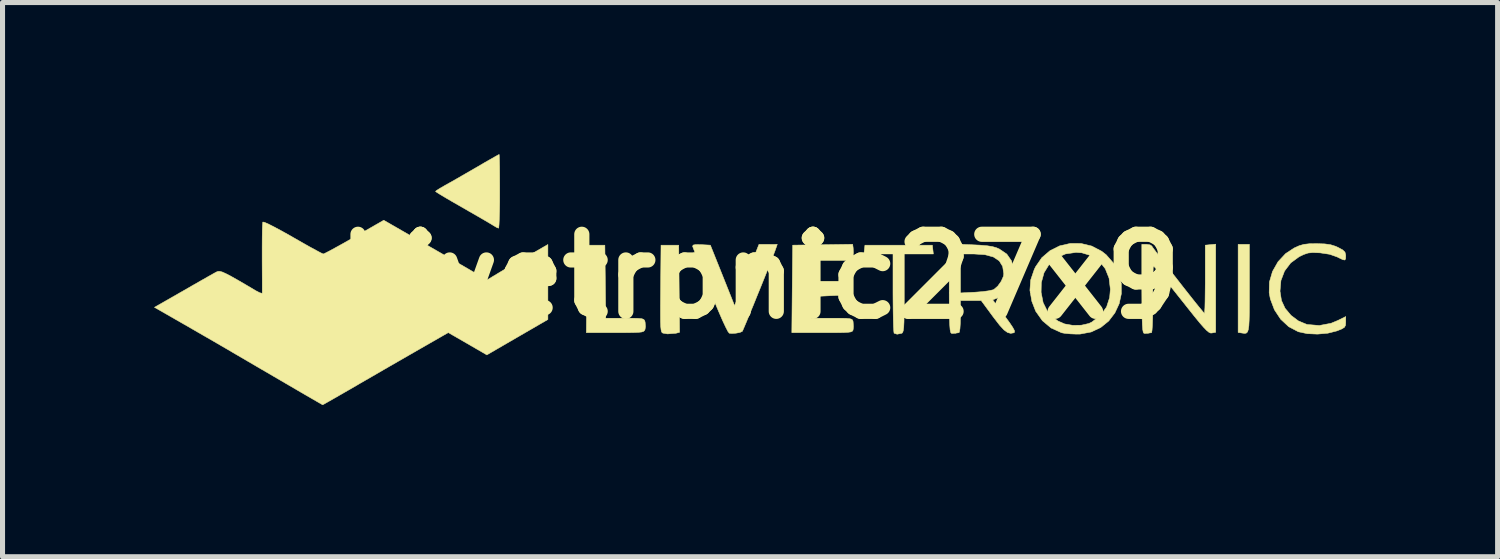
<source format=kicad_pcb>
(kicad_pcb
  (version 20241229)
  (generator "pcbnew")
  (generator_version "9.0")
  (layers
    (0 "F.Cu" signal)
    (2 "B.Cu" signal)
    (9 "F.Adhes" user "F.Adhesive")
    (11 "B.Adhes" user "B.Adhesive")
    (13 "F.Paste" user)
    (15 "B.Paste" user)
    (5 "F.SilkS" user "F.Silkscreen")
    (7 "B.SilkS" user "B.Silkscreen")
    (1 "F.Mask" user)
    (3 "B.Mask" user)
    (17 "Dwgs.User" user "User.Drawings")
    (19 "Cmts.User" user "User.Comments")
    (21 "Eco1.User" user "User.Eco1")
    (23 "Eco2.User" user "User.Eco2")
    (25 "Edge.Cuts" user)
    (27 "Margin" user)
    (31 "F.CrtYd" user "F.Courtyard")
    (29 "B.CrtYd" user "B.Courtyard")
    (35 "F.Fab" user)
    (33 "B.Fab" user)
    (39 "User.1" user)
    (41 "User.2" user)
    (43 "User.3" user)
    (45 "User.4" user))
  (footprint "Livetronic27x9"
    (layer "F.Cu")
    (at 11.977 2.418)
    (property "Reference" "Livetronic27x9" (at 0 0 0) (layer "F.SilkS") (effects (font (size 1.524 1.524) (thickness 0.3))))
    (attr through_hole)
    (fp_poly (pts (xy 9.684 0.235) (xy 9.684 0.498) (xy 9.683 0.705) (xy 9.679 0.862) (xy 9.673 0.975) (xy 9.662 1.051) (xy 9.646 1.097) (xy 9.622 1.12) (xy 9.592 1.126) (xy 9.552 1.121) (xy 9.533 1.118) (xy 9.461 1.107) (xy 9.461 -0.635) (xy 9.684 -0.635) (xy 9.684 0.235)) (stroke (width 0.01) (type solid)) (fill yes) (layer "F.SilkS"))
    (fp_poly (pts (xy -1.595 0.242) (xy -1.586 1.104) (xy -1.658 1.123) (xy -1.825 1.136) (xy -1.913 1.121) (xy -1.93 1.113) (xy -1.943 1.094) (xy -1.952 1.056) (xy -1.959 0.993) (xy -1.963 0.897) (xy -1.964 0.762) (xy -1.964 0.58) (xy -1.962 0.344) (xy -1.961 0.244) (xy -1.953 -0.619) (xy -1.603 -0.619) (xy -1.595 0.242)) (stroke (width 0.01) (type solid)) (fill yes) (layer "F.SilkS"))
    (fp_poly (pts (xy -3.055 0.103) (xy -3.047 0.826) (xy -2.667 0.826) (xy -2.507 0.826) (xy -2.399 0.829) (xy -2.332 0.836) (xy -2.295 0.85) (xy -2.277 0.872) (xy -2.268 0.903) (xy -2.261 0.991) (xy -2.269 1.045) (xy -2.28 1.069) (xy -2.299 1.086) (xy -2.336 1.098) (xy -2.401 1.105) (xy -2.502 1.109) (xy -2.648 1.111) (xy -2.848 1.111) (xy -2.86 1.111) (xy -3.43 1.111) (xy -3.422 0.246) (xy -3.413 -0.619) (xy -3.064 -0.619) (xy -3.055 0.103)) (stroke (width 0.01) (type solid)) (fill yes) (layer "F.SilkS"))
    (fp_poly (pts (xy 3.423 -0.532) (xy 3.433 -0.445) (xy 2.857 -0.445) (xy 2.857 0.33) (xy 2.857 0.574) (xy 2.855 0.763) (xy 2.852 0.902) (xy 2.847 1.001) (xy 2.839 1.065) (xy 2.828 1.102) (xy 2.814 1.12) (xy 2.807 1.124) (xy 2.716 1.142) (xy 2.656 1.122) (xy 2.651 1.085) (xy 2.645 0.995) (xy 2.641 0.858) (xy 2.638 0.685) (xy 2.636 0.484) (xy 2.635 0.328) (xy 2.635 -0.445) (xy 2.06 -0.445) (xy 2.07 -0.532) (xy 2.08 -0.619) (xy 3.413 -0.619) (xy 3.423 -0.532)) (stroke (width 0.01) (type solid)) (fill yes) (layer "F.SilkS"))
    (fp_poly (pts (xy 0.304 -0.516) (xy 0.276 -0.441) (xy 0.231 -0.324) (xy 0.172 -0.175) (xy 0.103 -0.002) (xy 0.028 0.184) (xy -0.05 0.375) (xy -0.125 0.561) (xy -0.196 0.732) (xy -0.257 0.88) (xy -0.305 0.994) (xy -0.336 1.066) (xy -0.346 1.086) (xy -0.393 1.107) (xy -0.473 1.122) (xy -0.557 1.127) (xy -0.603 1.122) (xy -0.629 1.089) (xy -0.674 1.002) (xy -0.738 0.866) (xy -0.816 0.686) (xy -0.907 0.468) (xy -0.984 0.277) (xy -1.071 0.06) (xy -1.15 -0.139) (xy -1.218 -0.312) (xy -1.273 -0.451) (xy -1.31 -0.548) (xy -1.328 -0.595) (xy -1.328 -0.597) (xy -1.318 -0.621) (xy -1.265 -0.631) (xy -1.16 -0.629) (xy -1.158 -0.629) (xy -0.977 -0.619) (xy -0.737 -0.02) (xy -0.498 0.579) (xy -0.016 -0.634) (xy 0.346 -0.635) (xy 0.304 -0.516)) (stroke (width 0.01) (type solid)) (fill yes) (layer "F.SilkS"))
    (fp_poly (pts (xy -5.152 -2.383) (xy -5.149 -2.298) (xy -5.146 -2.167) (xy -5.145 -2) (xy -5.144 -1.804) (xy -5.144 -1.683) (xy -5.144 -1.475) (xy -5.147 -1.291) (xy -5.152 -1.138) (xy -5.157 -1.027) (xy -5.163 -0.965) (xy -5.167 -0.955) (xy -5.208 -0.972) (xy -5.275 -1.012) (xy -5.286 -1.019) (xy -5.344 -1.054) (xy -5.446 -1.114) (xy -5.582 -1.193) (xy -5.741 -1.284) (xy -5.897 -1.374) (xy -6.059 -1.467) (xy -6.2 -1.549) (xy -6.312 -1.616) (xy -6.386 -1.662) (xy -6.413 -1.683) (xy -6.413 -1.683) (xy -6.387 -1.705) (xy -6.319 -1.747) (xy -6.224 -1.802) (xy -6.215 -1.807) (xy -6.115 -1.863) (xy -5.976 -1.942) (xy -5.815 -2.035) (xy -5.647 -2.132) (xy -5.591 -2.164) (xy -5.445 -2.25) (xy -5.318 -2.322) (xy -5.222 -2.377) (xy -5.166 -2.408) (xy -5.155 -2.413) (xy -5.152 -2.383)) (stroke (width 0.01) (type solid)) (fill yes) (layer "F.SilkS"))
    (fp_poly (pts (xy 1.847 -0.564) (xy 1.851 -0.476) (xy 1.846 -0.405) (xy 1.834 -0.318) (xy 1.016 -0.318) (xy 1.016 0.095) (xy 1.782 0.095) (xy 1.772 0.23) (xy 1.762 0.365) (xy 1.381 0.381) (xy 1.219 0.389) (xy 1.111 0.397) (xy 1.045 0.408) (xy 1.013 0.423) (xy 1.004 0.445) (xy 1.004 0.452) (xy 1.007 0.516) (xy 1.011 0.614) (xy 1.012 0.667) (xy 1.016 0.826) (xy 1.425 0.826) (xy 1.593 0.826) (xy 1.707 0.828) (xy 1.779 0.835) (xy 1.819 0.847) (xy 1.838 0.866) (xy 1.846 0.895) (xy 1.846 0.897) (xy 1.852 0.99) (xy 1.848 1.04) (xy 1.843 1.065) (xy 1.83 1.083) (xy 1.801 1.096) (xy 1.747 1.104) (xy 1.659 1.109) (xy 1.53 1.111) (xy 1.35 1.111) (xy 1.236 1.111) (xy 0.634 1.111) (xy 0.642 0.246) (xy 0.651 -0.619) (xy 1.244 -0.628) (xy 1.837 -0.636) (xy 1.847 -0.564)) (stroke (width 0.01) (type solid)) (fill yes) (layer "F.SilkS"))
    (fp_poly (pts (xy 6.355 -0.652) (xy 6.566 -0.601) (xy 6.763 -0.498) (xy 6.851 -0.429) (xy 7.003 -0.255) (xy 7.102 -0.063) (xy 7.15 0.138) (xy 7.151 0.342) (xy 7.108 0.539) (xy 7.023 0.721) (xy 6.901 0.881) (xy 6.743 1.009) (xy 6.554 1.098) (xy 6.336 1.139) (xy 6.265 1.14) (xy 6.141 1.135) (xy 6.033 1.125) (xy 5.969 1.113) (xy 5.762 1.019) (xy 5.589 0.874) (xy 5.457 0.687) (xy 5.381 0.492) (xy 5.35 0.313) (xy 5.564 0.313) (xy 5.604 0.518) (xy 5.686 0.683) (xy 5.819 0.822) (xy 5.898 0.881) (xy 6.03 0.939) (xy 6.192 0.967) (xy 6.359 0.964) (xy 6.509 0.93) (xy 6.572 0.899) (xy 6.744 0.763) (xy 6.859 0.604) (xy 6.92 0.416) (xy 6.934 0.252) (xy 6.908 0.033) (xy 6.833 -0.154) (xy 6.715 -0.304) (xy 6.558 -0.411) (xy 6.369 -0.468) (xy 6.255 -0.476) (xy 6.046 -0.446) (xy 5.867 -0.365) (xy 5.723 -0.239) (xy 5.622 -0.074) (xy 5.568 0.122) (xy 5.564 0.313) (xy 5.35 0.313) (xy 5.343 0.273) (xy 5.358 0.07) (xy 5.428 -0.136) (xy 5.453 -0.189) (xy 5.579 -0.372) (xy 5.742 -0.511) (xy 5.933 -0.606) (xy 6.141 -0.653) (xy 6.355 -0.652)) (stroke (width 0.01) (type solid)) (fill yes) (layer "F.SilkS"))
    (fp_poly (pts (xy 11.017 -0.649) (xy 11.173 -0.644) (xy 11.289 -0.628) (xy 11.388 -0.597) (xy 11.438 -0.574) (xy 11.529 -0.525) (xy 11.574 -0.481) (xy 11.588 -0.427) (xy 11.589 -0.409) (xy 11.587 -0.35) (xy 11.571 -0.325) (xy 11.53 -0.333) (xy 11.448 -0.372) (xy 11.421 -0.386) (xy 11.27 -0.439) (xy 11.078 -0.468) (xy 11.065 -0.468) (xy 10.937 -0.473) (xy 10.845 -0.464) (xy 10.759 -0.435) (xy 10.668 -0.391) (xy 10.5 -0.268) (xy 10.379 -0.108) (xy 10.307 0.081) (xy 10.289 0.291) (xy 10.318 0.476) (xy 10.389 0.629) (xy 10.506 0.769) (xy 10.654 0.88) (xy 10.816 0.947) (xy 10.829 0.95) (xy 11.066 0.97) (xy 11.299 0.926) (xy 11.438 0.868) (xy 11.589 0.793) (xy 11.589 0.902) (xy 11.585 0.965) (xy 11.563 1.006) (xy 11.508 1.039) (xy 11.413 1.077) (xy 11.235 1.122) (xy 11.031 1.14) (xy 10.828 1.131) (xy 10.654 1.094) (xy 10.647 1.091) (xy 10.461 0.993) (xy 10.302 0.845) (xy 10.179 0.659) (xy 10.098 0.445) (xy 10.075 0.321) (xy 10.08 0.109) (xy 10.141 -0.099) (xy 10.25 -0.291) (xy 10.4 -0.452) (xy 10.569 -0.563) (xy 10.671 -0.609) (xy 10.763 -0.635) (xy 10.869 -0.647) (xy 11.015 -0.649) (xy 11.017 -0.649)) (stroke (width 0.01) (type solid)) (fill yes) (layer "F.SilkS"))
    (fp_poly (pts (xy 4.172 -0.628) (xy 4.361 -0.619) (xy 4.499 -0.607) (xy 4.601 -0.591) (xy 4.681 -0.568) (xy 4.736 -0.544) (xy 4.885 -0.443) (xy 4.979 -0.308) (xy 5.021 -0.139) (xy 5.023 -0.088) (xy 5.001 0.103) (xy 4.929 0.254) (xy 4.806 0.369) (xy 4.708 0.421) (xy 4.607 0.463) (xy 4.842 0.779) (xy 4.941 0.915) (xy 5.004 1.009) (xy 5.036 1.069) (xy 5.039 1.101) (xy 5.025 1.114) (xy 4.962 1.125) (xy 4.9 1.108) (xy 4.83 1.057) (xy 4.745 0.965) (xy 4.637 0.826) (xy 4.61 0.79) (xy 4.379 0.476) (xy 3.969 0.476) (xy 3.969 0.794) (xy 3.966 0.927) (xy 3.959 1.033) (xy 3.948 1.097) (xy 3.94 1.111) (xy 3.884 1.12) (xy 3.868 1.125) (xy 3.802 1.126) (xy 3.786 1.122) (xy 3.774 1.102) (xy 3.764 1.05) (xy 3.757 0.959) (xy 3.752 0.825) (xy 3.748 0.642) (xy 3.747 0.404) (xy 3.747 0.231) (xy 3.747 -0.445) (xy 3.969 -0.445) (xy 3.969 0.326) (xy 4.263 0.311) (xy 4.402 0.3) (xy 4.523 0.284) (xy 4.609 0.265) (xy 4.63 0.257) (xy 4.706 0.192) (xy 4.775 0.096) (xy 4.819 -0.004) (xy 4.826 -0.051) (xy 4.804 -0.198) (xy 4.736 -0.309) (xy 4.62 -0.386) (xy 4.453 -0.431) (xy 4.24 -0.445) (xy 3.969 -0.445) (xy 3.747 -0.445) (xy 3.747 -0.644) (xy 4.172 -0.628)) (stroke (width 0.01) (type solid)) (fill yes) (layer "F.SilkS"))
    (fp_poly (pts (xy 9.017 1.104) (xy 8.941 1.118) (xy 8.914 1.118) (xy 8.882 1.103) (xy 8.839 1.068) (xy 8.781 1.008) (xy 8.702 0.918) (xy 8.599 0.792) (xy 8.466 0.625) (xy 8.332 0.456) (xy 8.191 0.279) (xy 8.064 0.12) (xy 7.954 -0.015) (xy 7.868 -0.118) (xy 7.81 -0.184) (xy 7.785 -0.207) (xy 7.785 -0.207) (xy 7.781 -0.173) (xy 7.778 -0.084) (xy 7.775 0.048) (xy 7.774 0.215) (xy 7.773 0.407) (xy 7.774 0.459) (xy 7.773 0.655) (xy 7.77 0.827) (xy 7.765 0.966) (xy 7.758 1.063) (xy 7.75 1.109) (xy 7.748 1.111) (xy 7.694 1.12) (xy 7.678 1.125) (xy 7.612 1.126) (xy 7.596 1.122) (xy 7.584 1.102) (xy 7.574 1.049) (xy 7.567 0.959) (xy 7.562 0.825) (xy 7.558 0.641) (xy 7.557 0.403) (xy 7.556 0.235) (xy 7.556 -0.635) (xy 7.649 -0.635) (xy 7.719 -0.625) (xy 7.752 -0.603) (xy 7.774 -0.57) (xy 7.829 -0.496) (xy 7.909 -0.389) (xy 8.01 -0.257) (xy 8.125 -0.109) (xy 8.248 0.048) (xy 8.371 0.206) (xy 8.49 0.357) (xy 8.597 0.492) (xy 8.687 0.604) (xy 8.754 0.684) (xy 8.79 0.726) (xy 8.795 0.729) (xy 8.799 0.699) (xy 8.804 0.615) (xy 8.807 0.486) (xy 8.809 0.321) (xy 8.811 0.129) (xy 8.811 0.056) (xy 8.811 -0.619) (xy 8.914 -0.629) (xy 9.017 -0.639) (xy 9.017 1.104)) (stroke (width 0.01) (type solid)) (fill yes) (layer "F.SilkS"))
    (fp_poly (pts (xy -6.727 -0.703) (xy -6.513 -0.58) (xy -6.299 -0.457) (xy -6.095 -0.339) (xy -5.915 -0.235) (xy -5.77 -0.151) (xy -5.705 -0.113) (xy -5.393 0.068) (xy -5.165 -0.069) (xy -5.051 -0.137) (xy -4.951 -0.195) (xy -4.884 -0.234) (xy -4.874 -0.24) (xy -4.821 -0.269) (xy -4.728 -0.322) (xy -4.608 -0.391) (xy -4.501 -0.453) (xy -4.191 -0.632) (xy -4.191 0.851) (xy -4.795 1.201) (xy -5.398 1.551) (xy -5.779 1.33) (xy -6.161 1.11) (xy -6.724 1.433) (xy -6.926 1.549) (xy -7.166 1.687) (xy -7.423 1.835) (xy -7.68 1.984) (xy -7.918 2.121) (xy -7.963 2.148) (xy -8.15 2.256) (xy -8.317 2.352) (xy -8.458 2.433) (xy -8.564 2.493) (xy -8.629 2.53) (xy -8.646 2.538) (xy -8.674 2.522) (xy -8.747 2.48) (xy -8.856 2.417) (xy -8.991 2.339) (xy -9.065 2.296) (xy -9.476 2.056) (xy -9.934 1.789) (xy -10.43 1.499) (xy -10.525 1.443) (xy -10.644 1.374) (xy -10.804 1.281) (xy -10.99 1.174) (xy -11.189 1.059) (xy -11.385 0.946) (xy -11.391 0.943) (xy -11.972 0.61) (xy -11.391 0.278) (xy -11.214 0.176) (xy -11.051 0.083) (xy -10.914 0.005) (xy -10.81 -0.054) (xy -10.749 -0.087) (xy -10.741 -0.091) (xy -10.713 -0.101) (xy -10.678 -0.101) (xy -10.63 -0.088) (xy -10.561 -0.057) (xy -10.464 -0.007) (xy -10.333 0.067) (xy -10.161 0.167) (xy -9.962 0.285) (xy -9.89 0.322) (xy -9.846 0.333) (xy -9.84 0.329) (xy -9.84 0.29) (xy -9.84 0.198) (xy -9.84 0.062) (xy -9.841 -0.109) (xy -9.842 -0.304) (xy -9.842 -0.373) (xy -9.842 -0.575) (xy -9.841 -0.755) (xy -9.839 -0.904) (xy -9.835 -1.013) (xy -9.83 -1.071) (xy -9.828 -1.077) (xy -9.796 -1.071) (xy -9.718 -1.037) (xy -9.602 -0.978) (xy -9.457 -0.9) (xy -9.29 -0.807) (xy -9.236 -0.776) (xy -9.063 -0.677) (xy -8.908 -0.589) (xy -8.779 -0.519) (xy -8.686 -0.469) (xy -8.637 -0.446) (xy -8.632 -0.445) (xy -8.597 -0.46) (xy -8.515 -0.502) (xy -8.396 -0.567) (xy -8.247 -0.649) (xy -8.078 -0.745) (xy -8.02 -0.778) (xy -7.437 -1.112) (xy -6.727 -0.703)) (stroke (width 0.01) (type solid)) (fill yes) (layer "F.SilkS")))
  (gr_rect
    (start -3 -3)
    (end 26.57 7.961)
    (stroke (width 0.1) (type default))
    (fill no)
    (layer "Edge.Cuts")))
</source>
